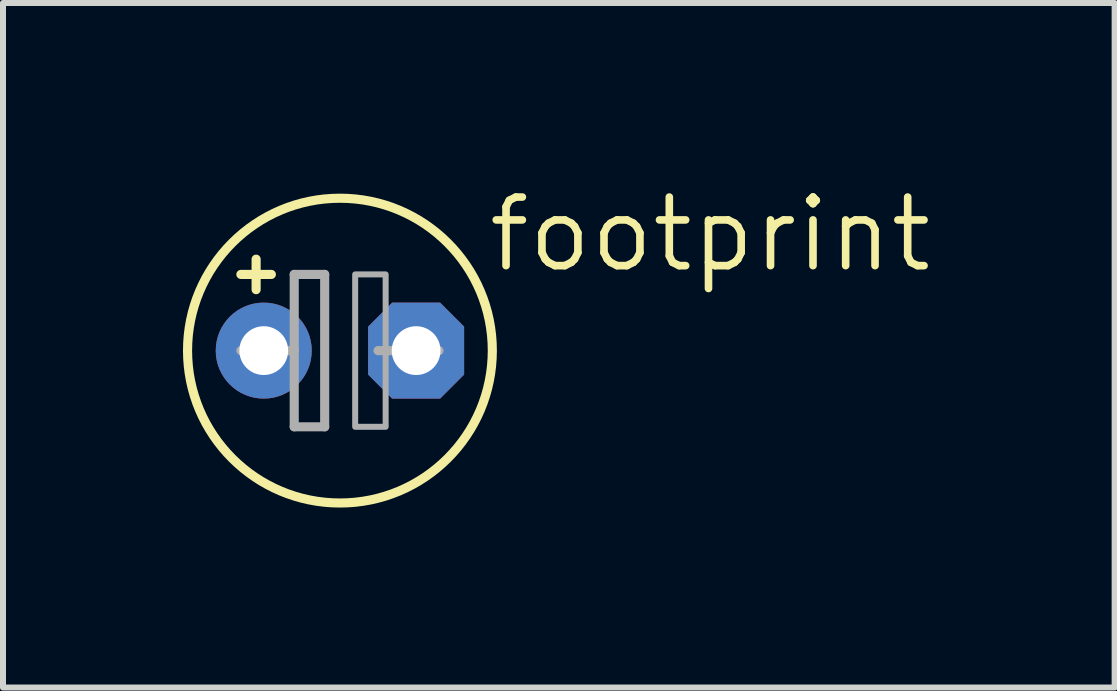
<source format=kicad_pcb>
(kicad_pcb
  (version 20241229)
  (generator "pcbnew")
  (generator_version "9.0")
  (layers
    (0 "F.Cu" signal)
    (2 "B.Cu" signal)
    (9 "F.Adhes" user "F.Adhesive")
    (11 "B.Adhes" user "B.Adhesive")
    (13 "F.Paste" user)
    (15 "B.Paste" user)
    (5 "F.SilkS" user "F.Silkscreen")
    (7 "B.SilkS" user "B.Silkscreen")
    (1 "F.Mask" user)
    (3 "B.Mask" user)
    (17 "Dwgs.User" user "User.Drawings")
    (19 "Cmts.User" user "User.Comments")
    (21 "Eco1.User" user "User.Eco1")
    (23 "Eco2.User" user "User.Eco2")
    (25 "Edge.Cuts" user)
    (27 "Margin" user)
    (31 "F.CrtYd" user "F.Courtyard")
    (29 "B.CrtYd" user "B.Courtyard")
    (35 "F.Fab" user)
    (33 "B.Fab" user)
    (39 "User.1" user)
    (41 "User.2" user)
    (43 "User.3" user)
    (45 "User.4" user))
  (footprint "footprint"
    (layer "F.Cu")
    (at 2.616 2.794)
    (property "Reference" "footprint" (at 2.413 -1.27 0) (layer "F.SilkS") (effects (font (size 1.143 1.143) (thickness 0.127)) (justify left bottom)))
    (fp_line (start -1.651 -1.27) (end -1.397 -1.27) (stroke (width 0.152) (type solid)) (layer "F.SilkS"))
    (fp_line (start -1.397 -1.27) (end -1.397 -1.524) (stroke (width 0.152) (type solid)) (layer "F.SilkS"))
    (fp_line (start -1.397 -1.27) (end -1.143 -1.27) (stroke (width 0.152) (type solid)) (layer "F.SilkS"))
    (fp_line (start -1.397 -1.016) (end -1.397 -1.27) (stroke (width 0.152) (type solid)) (layer "F.SilkS"))
    (fp_circle (center 0 0) (end 2.54 0) (stroke (width 0.152) (type solid)) (fill no) (layer "F.SilkS"))
    (fp_line (start -1.651 0) (end -0.762 0) (stroke (width 0.152) (type solid)) (layer "F.Fab"))
    (fp_line (start -0.762 -1.27) (end -0.762 0) (stroke (width 0.152) (type solid)) (layer "F.Fab"))
    (fp_line (start -0.762 0) (end -0.762 1.27) (stroke (width 0.152) (type solid)) (layer "F.Fab"))
    (fp_line (start -0.762 1.27) (end -0.254 1.27) (stroke (width 0.152) (type solid)) (layer "F.Fab"))
    (fp_line (start -0.254 -1.27) (end -0.762 -1.27) (stroke (width 0.152) (type solid)) (layer "F.Fab"))
    (fp_line (start -0.254 1.27) (end -0.254 -1.27) (stroke (width 0.152) (type solid)) (layer "F.Fab"))
    (fp_line (start 0.635 0) (end 1.651 0) (stroke (width 0.152) (type solid)) (layer "F.Fab"))
    (fp_poly (pts (xy 0.254 1.27) (xy 0.762 1.27) (xy 0.762 -1.27) (xy 0.254 -1.27)) (stroke (width 0.1) (type solid)) (fill no) (layer "F.Fab"))
    (pad "+" thru_hole circle (at -1.27 0) (size 1.6 1.6) (drill 0.813) (layers "*.Cu" "*.Mask"))
    (pad "-" thru_hole roundrect (at 1.27 0) (size 1.6 1.6) (drill 0.813) (layers "*.Cu" "*.Mask") (roundrect_rratio 0.25) (chamfer_ratio 0.25) (chamfer top_left top_right bottom_left bottom_right)))
  (gr_rect
    (start -3 -3)
    (end 15.529 8.41)
    (stroke (width 0.1) (type default))
    (fill no)
    (layer "Edge.Cuts")))
</source>
